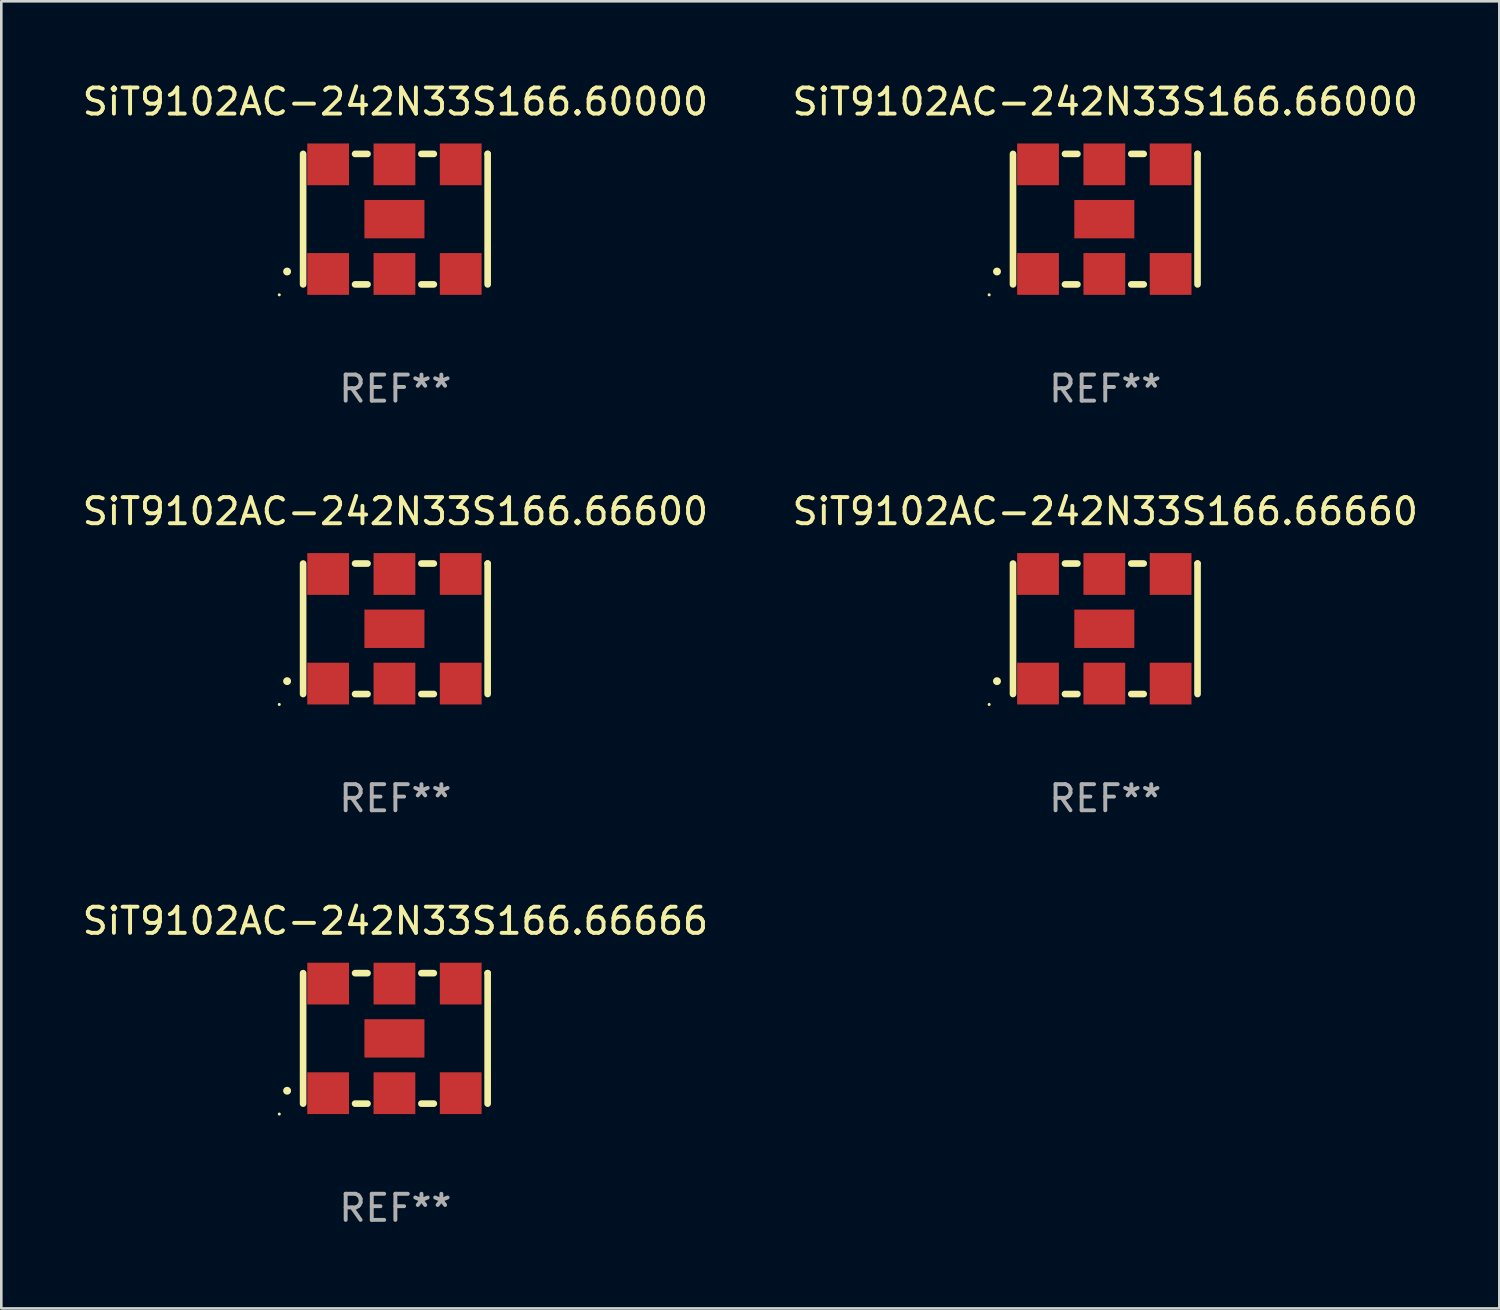
<source format=kicad_pcb>
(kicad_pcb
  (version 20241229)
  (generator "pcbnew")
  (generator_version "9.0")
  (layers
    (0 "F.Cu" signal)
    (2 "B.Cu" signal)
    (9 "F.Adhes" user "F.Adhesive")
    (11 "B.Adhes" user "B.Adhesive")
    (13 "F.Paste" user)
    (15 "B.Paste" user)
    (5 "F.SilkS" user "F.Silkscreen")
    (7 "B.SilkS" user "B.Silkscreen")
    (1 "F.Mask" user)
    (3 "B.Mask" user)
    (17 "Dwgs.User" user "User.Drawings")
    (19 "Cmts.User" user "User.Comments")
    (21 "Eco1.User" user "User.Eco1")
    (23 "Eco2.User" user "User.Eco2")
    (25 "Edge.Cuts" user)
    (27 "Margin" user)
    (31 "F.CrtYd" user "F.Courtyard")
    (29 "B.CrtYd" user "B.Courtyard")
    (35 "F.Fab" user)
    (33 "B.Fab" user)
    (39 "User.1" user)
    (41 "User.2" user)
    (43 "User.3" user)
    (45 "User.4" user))
  (footprint "SiT9102AC-242N33S166.66666"
    (layer "F.Cu")
    (at 12.101 36.741)
    (property "Reference" "SiT9102AC-242N33S166.66666" (at 0 -4.5 0) (layer "F.SilkS") (effects (font (size 1 1) (thickness 0.15))))
    (attr through_hole)
    (fp_line (start -3.536 -2.5) (end -3.536 2.5) (stroke (width 0.254) (type solid)) (layer "F.SilkS"))
    (fp_line (start -1.544 2.5) (end -1.067 2.5) (stroke (width 0.254) (type solid)) (layer "F.SilkS"))
    (fp_line (start -1.067 -2.5) (end -1.544 -2.5) (stroke (width 0.254) (type solid)) (layer "F.SilkS"))
    (fp_line (start 0.996 2.5) (end 1.473 2.5) (stroke (width 0.254) (type solid)) (layer "F.SilkS"))
    (fp_line (start 1.473 -2.5) (end 0.996 -2.5) (stroke (width 0.254) (type solid)) (layer "F.SilkS"))
    (fp_line (start 3.536 -2.5) (end 3.536 -2.5) (stroke (width 0.254) (type solid)) (layer "F.SilkS"))
    (fp_line (start 3.536 2.5) (end 3.536 -2.5) (stroke (width 0.254) (type solid)) (layer "F.SilkS"))
    (fp_arc (start -4.150432 2.006604) (mid -4.149162 2.006599) (end -4.147892 2.006604) (stroke (width 0.3) (type solid)) (layer "F.SilkS"))
    (fp_circle (center -4.449 2.9) (end -4.419 2.9) (stroke (width 0.06) (type solid)) (fill no) (layer "F.SilkS"))
    (fp_text user "REF**" (at 0 6.5 0) (layer "F.Fab") (effects (font (size 1 1) (thickness 0.15))))
    (pad "1" smd rect (at -2.576 2.1) (size 1.6 1.6) (layers "F.Cu" "F.Mask" "F.Paste"))
    (pad "2" smd rect (at -0.036 2.1) (size 1.6 1.6) (layers "F.Cu" "F.Mask" "F.Paste"))
    (pad "3" smd rect (at 2.504 2.1) (size 1.6 1.6) (layers "F.Cu" "F.Mask" "F.Paste"))
    (pad "4" smd rect (at 2.504 -2.1) (size 1.6 1.6) (layers "F.Cu" "F.Mask" "F.Paste"))
    (pad "5" smd rect (at -0.036 -2.1) (size 1.6 1.6) (layers "F.Cu" "F.Mask" "F.Paste"))
    (pad "6" smd rect (at -2.576 -2.1) (size 1.6 1.6) (layers "F.Cu" "F.Mask" "F.Paste"))
    (pad "7" smd rect (at -0.036 0) (size 2.3 1.47) (layers "F.Cu" "F.Mask" "F.Paste")))
  (footprint "SiT9102AC-242N33S166.66000"
    (layer "F.Cu")
    (at 39.304 5.348)
    (property "Reference" "SiT9102AC-242N33S166.66000" (at 0 -4.5 0) (layer "F.SilkS") (effects (font (size 1 1) (thickness 0.15))))
    (attr through_hole)
    (fp_line (start -3.536 -2.5) (end -3.536 2.5) (stroke (width 0.254) (type solid)) (layer "F.SilkS"))
    (fp_line (start -1.544 2.5) (end -1.067 2.5) (stroke (width 0.254) (type solid)) (layer "F.SilkS"))
    (fp_line (start -1.067 -2.5) (end -1.544 -2.5) (stroke (width 0.254) (type solid)) (layer "F.SilkS"))
    (fp_line (start 0.996 2.5) (end 1.473 2.5) (stroke (width 0.254) (type solid)) (layer "F.SilkS"))
    (fp_line (start 1.473 -2.5) (end 0.996 -2.5) (stroke (width 0.254) (type solid)) (layer "F.SilkS"))
    (fp_line (start 3.536 -2.5) (end 3.536 -2.5) (stroke (width 0.254) (type solid)) (layer "F.SilkS"))
    (fp_line (start 3.536 2.5) (end 3.536 -2.5) (stroke (width 0.254) (type solid)) (layer "F.SilkS"))
    (fp_arc (start -4.150432 2.006604) (mid -4.149162 2.006599) (end -4.147892 2.006604) (stroke (width 0.3) (type solid)) (layer "F.SilkS"))
    (fp_circle (center -4.449 2.9) (end -4.419 2.9) (stroke (width 0.06) (type solid)) (fill no) (layer "F.SilkS"))
    (fp_text user "REF**" (at 0 6.5 0) (layer "F.Fab") (effects (font (size 1 1) (thickness 0.15))))
    (pad "1" smd rect (at -2.576 2.1) (size 1.6 1.6) (layers "F.Cu" "F.Mask" "F.Paste"))
    (pad "2" smd rect (at -0.036 2.1) (size 1.6 1.6) (layers "F.Cu" "F.Mask" "F.Paste"))
    (pad "3" smd rect (at 2.504 2.1) (size 1.6 1.6) (layers "F.Cu" "F.Mask" "F.Paste"))
    (pad "4" smd rect (at 2.504 -2.1) (size 1.6 1.6) (layers "F.Cu" "F.Mask" "F.Paste"))
    (pad "5" smd rect (at -0.036 -2.1) (size 1.6 1.6) (layers "F.Cu" "F.Mask" "F.Paste"))
    (pad "6" smd rect (at -2.576 -2.1) (size 1.6 1.6) (layers "F.Cu" "F.Mask" "F.Paste"))
    (pad "7" smd rect (at -0.036 0) (size 2.3 1.47) (layers "F.Cu" "F.Mask" "F.Paste")))
  (footprint "SiT9102AC-242N33S166.66660"
    (layer "F.Cu")
    (at 39.304 21.045)
    (property "Reference" "SiT9102AC-242N33S166.66660" (at 0 -4.5 0) (layer "F.SilkS") (effects (font (size 1 1) (thickness 0.15))))
    (attr through_hole)
    (fp_line (start -3.536 -2.5) (end -3.536 2.5) (stroke (width 0.254) (type solid)) (layer "F.SilkS"))
    (fp_line (start -1.544 2.5) (end -1.067 2.5) (stroke (width 0.254) (type solid)) (layer "F.SilkS"))
    (fp_line (start -1.067 -2.5) (end -1.544 -2.5) (stroke (width 0.254) (type solid)) (layer "F.SilkS"))
    (fp_line (start 0.996 2.5) (end 1.473 2.5) (stroke (width 0.254) (type solid)) (layer "F.SilkS"))
    (fp_line (start 1.473 -2.5) (end 0.996 -2.5) (stroke (width 0.254) (type solid)) (layer "F.SilkS"))
    (fp_line (start 3.536 -2.5) (end 3.536 -2.5) (stroke (width 0.254) (type solid)) (layer "F.SilkS"))
    (fp_line (start 3.536 2.5) (end 3.536 -2.5) (stroke (width 0.254) (type solid)) (layer "F.SilkS"))
    (fp_arc (start -4.150432 2.006604) (mid -4.149162 2.006599) (end -4.147892 2.006604) (stroke (width 0.3) (type solid)) (layer "F.SilkS"))
    (fp_circle (center -4.449 2.9) (end -4.419 2.9) (stroke (width 0.06) (type solid)) (fill no) (layer "F.SilkS"))
    (fp_text user "REF**" (at 0 6.5 0) (layer "F.Fab") (effects (font (size 1 1) (thickness 0.15))))
    (pad "1" smd rect (at -2.576 2.1) (size 1.6 1.6) (layers "F.Cu" "F.Mask" "F.Paste"))
    (pad "2" smd rect (at -0.036 2.1) (size 1.6 1.6) (layers "F.Cu" "F.Mask" "F.Paste"))
    (pad "3" smd rect (at 2.504 2.1) (size 1.6 1.6) (layers "F.Cu" "F.Mask" "F.Paste"))
    (pad "4" smd rect (at 2.504 -2.1) (size 1.6 1.6) (layers "F.Cu" "F.Mask" "F.Paste"))
    (pad "5" smd rect (at -0.036 -2.1) (size 1.6 1.6) (layers "F.Cu" "F.Mask" "F.Paste"))
    (pad "6" smd rect (at -2.576 -2.1) (size 1.6 1.6) (layers "F.Cu" "F.Mask" "F.Paste"))
    (pad "7" smd rect (at -0.036 0) (size 2.3 1.47) (layers "F.Cu" "F.Mask" "F.Paste")))
  (footprint "SiT9102AC-242N33S166.66600"
    (layer "F.Cu")
    (at 12.101 21.045)
    (property "Reference" "SiT9102AC-242N33S166.66600" (at 0 -4.5 0) (layer "F.SilkS") (effects (font (size 1 1) (thickness 0.15))))
    (attr through_hole)
    (fp_line (start -3.536 -2.5) (end -3.536 2.5) (stroke (width 0.254) (type solid)) (layer "F.SilkS"))
    (fp_line (start -1.544 2.5) (end -1.067 2.5) (stroke (width 0.254) (type solid)) (layer "F.SilkS"))
    (fp_line (start -1.067 -2.5) (end -1.544 -2.5) (stroke (width 0.254) (type solid)) (layer "F.SilkS"))
    (fp_line (start 0.996 2.5) (end 1.473 2.5) (stroke (width 0.254) (type solid)) (layer "F.SilkS"))
    (fp_line (start 1.473 -2.5) (end 0.996 -2.5) (stroke (width 0.254) (type solid)) (layer "F.SilkS"))
    (fp_line (start 3.536 -2.5) (end 3.536 -2.5) (stroke (width 0.254) (type solid)) (layer "F.SilkS"))
    (fp_line (start 3.536 2.5) (end 3.536 -2.5) (stroke (width 0.254) (type solid)) (layer "F.SilkS"))
    (fp_arc (start -4.150432 2.006604) (mid -4.149162 2.006599) (end -4.147892 2.006604) (stroke (width 0.3) (type solid)) (layer "F.SilkS"))
    (fp_circle (center -4.449 2.9) (end -4.419 2.9) (stroke (width 0.06) (type solid)) (fill no) (layer "F.SilkS"))
    (fp_text user "REF**" (at 0 6.5 0) (layer "F.Fab") (effects (font (size 1 1) (thickness 0.15))))
    (pad "1" smd rect (at -2.576 2.1) (size 1.6 1.6) (layers "F.Cu" "F.Mask" "F.Paste"))
    (pad "2" smd rect (at -0.036 2.1) (size 1.6 1.6) (layers "F.Cu" "F.Mask" "F.Paste"))
    (pad "3" smd rect (at 2.504 2.1) (size 1.6 1.6) (layers "F.Cu" "F.Mask" "F.Paste"))
    (pad "4" smd rect (at 2.504 -2.1) (size 1.6 1.6) (layers "F.Cu" "F.Mask" "F.Paste"))
    (pad "5" smd rect (at -0.036 -2.1) (size 1.6 1.6) (layers "F.Cu" "F.Mask" "F.Paste"))
    (pad "6" smd rect (at -2.576 -2.1) (size 1.6 1.6) (layers "F.Cu" "F.Mask" "F.Paste"))
    (pad "7" smd rect (at -0.036 0) (size 2.3 1.47) (layers "F.Cu" "F.Mask" "F.Paste")))
  (footprint "SiT9102AC-242N33S166.60000"
    (layer "F.Cu")
    (at 12.101 5.348)
    (property "Reference" "SiT9102AC-242N33S166.60000" (at 0 -4.5 0) (layer "F.SilkS") (effects (font (size 1 1) (thickness 0.15))))
    (attr through_hole)
    (fp_line (start -3.536 -2.5) (end -3.536 2.5) (stroke (width 0.254) (type solid)) (layer "F.SilkS"))
    (fp_line (start -1.544 2.5) (end -1.067 2.5) (stroke (width 0.254) (type solid)) (layer "F.SilkS"))
    (fp_line (start -1.067 -2.5) (end -1.544 -2.5) (stroke (width 0.254) (type solid)) (layer "F.SilkS"))
    (fp_line (start 0.996 2.5) (end 1.473 2.5) (stroke (width 0.254) (type solid)) (layer "F.SilkS"))
    (fp_line (start 1.473 -2.5) (end 0.996 -2.5) (stroke (width 0.254) (type solid)) (layer "F.SilkS"))
    (fp_line (start 3.536 -2.5) (end 3.536 -2.5) (stroke (width 0.254) (type solid)) (layer "F.SilkS"))
    (fp_line (start 3.536 2.5) (end 3.536 -2.5) (stroke (width 0.254) (type solid)) (layer "F.SilkS"))
    (fp_arc (start -4.150432 2.006604) (mid -4.149162 2.006599) (end -4.147892 2.006604) (stroke (width 0.3) (type solid)) (layer "F.SilkS"))
    (fp_circle (center -4.449 2.9) (end -4.419 2.9) (stroke (width 0.06) (type solid)) (fill no) (layer "F.SilkS"))
    (fp_text user "REF**" (at 0 6.5 0) (layer "F.Fab") (effects (font (size 1 1) (thickness 0.15))))
    (pad "1" smd rect (at -2.576 2.1) (size 1.6 1.6) (layers "F.Cu" "F.Mask" "F.Paste"))
    (pad "2" smd rect (at -0.036 2.1) (size 1.6 1.6) (layers "F.Cu" "F.Mask" "F.Paste"))
    (pad "3" smd rect (at 2.504 2.1) (size 1.6 1.6) (layers "F.Cu" "F.Mask" "F.Paste"))
    (pad "4" smd rect (at 2.504 -2.1) (size 1.6 1.6) (layers "F.Cu" "F.Mask" "F.Paste"))
    (pad "5" smd rect (at -0.036 -2.1) (size 1.6 1.6) (layers "F.Cu" "F.Mask" "F.Paste"))
    (pad "6" smd rect (at -2.576 -2.1) (size 1.6 1.6) (layers "F.Cu" "F.Mask" "F.Paste"))
    (pad "7" smd rect (at -0.036 0) (size 2.3 1.47) (layers "F.Cu" "F.Mask" "F.Paste")))
  (gr_rect
    (start -3 -3)
    (end 54.405 47.09)
    (stroke (width 0.1) (type default))
    (fill no)
    (layer "Edge.Cuts")))
</source>
